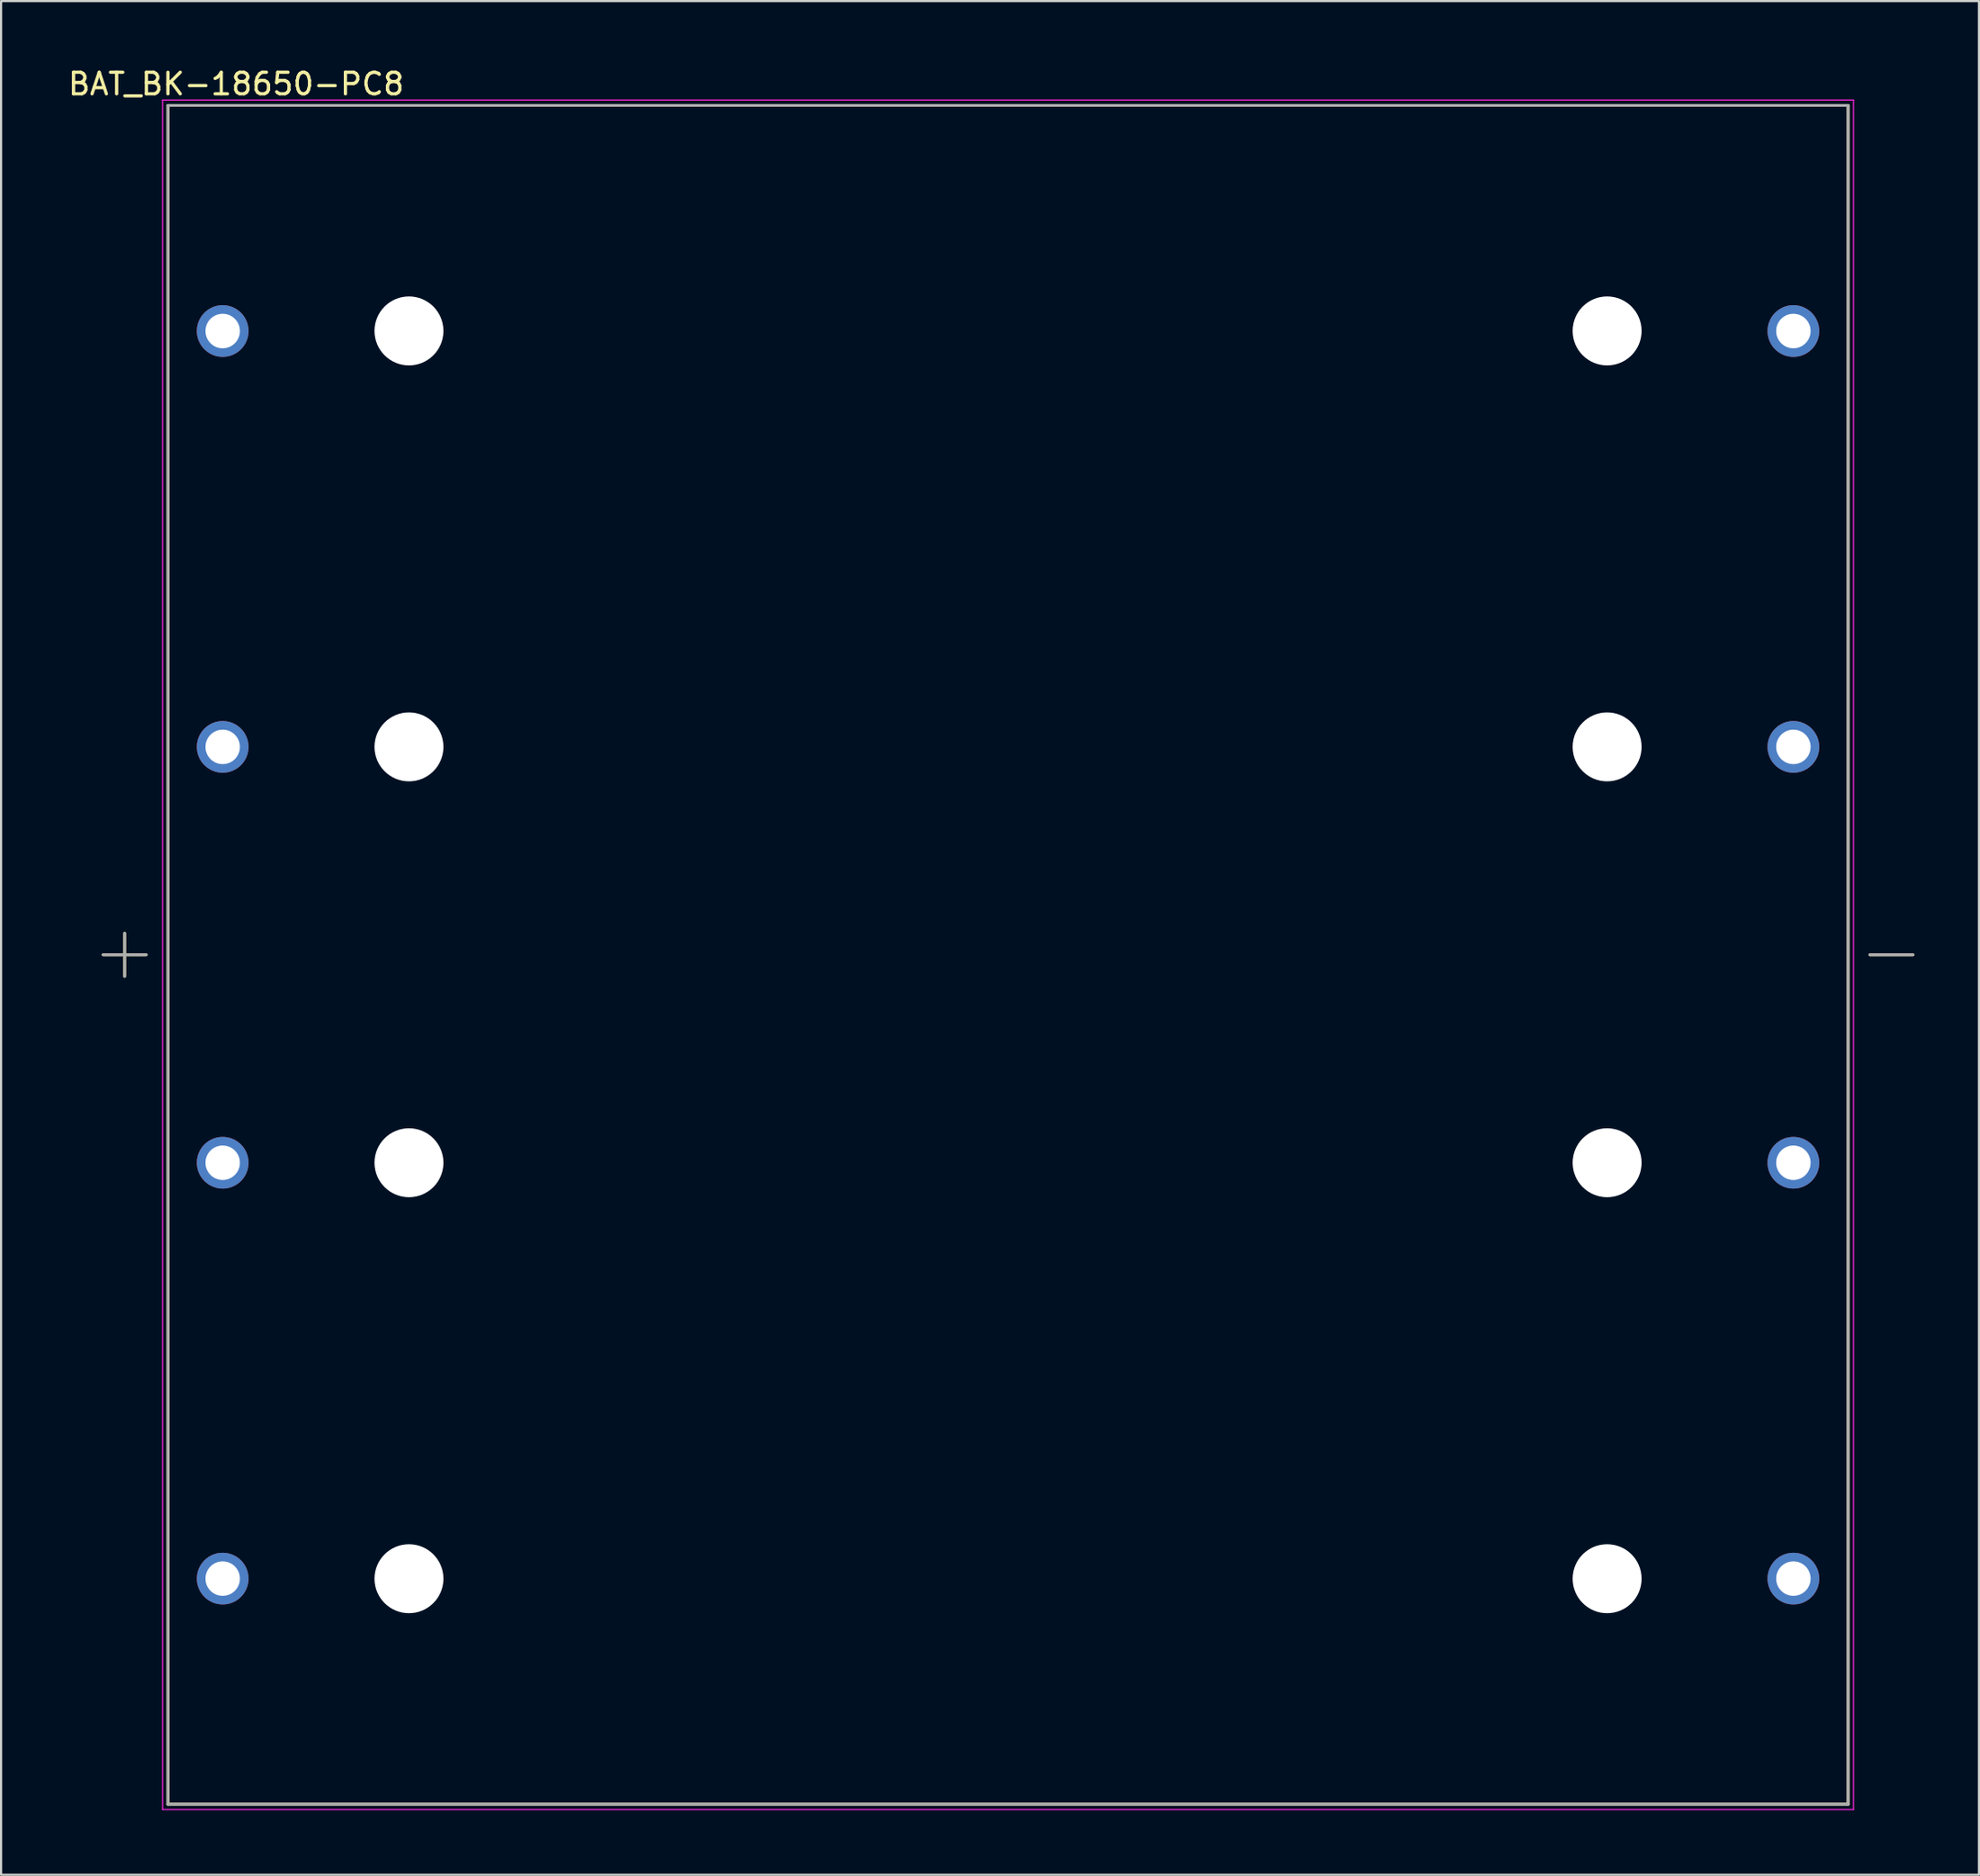
<source format=kicad_pcb>
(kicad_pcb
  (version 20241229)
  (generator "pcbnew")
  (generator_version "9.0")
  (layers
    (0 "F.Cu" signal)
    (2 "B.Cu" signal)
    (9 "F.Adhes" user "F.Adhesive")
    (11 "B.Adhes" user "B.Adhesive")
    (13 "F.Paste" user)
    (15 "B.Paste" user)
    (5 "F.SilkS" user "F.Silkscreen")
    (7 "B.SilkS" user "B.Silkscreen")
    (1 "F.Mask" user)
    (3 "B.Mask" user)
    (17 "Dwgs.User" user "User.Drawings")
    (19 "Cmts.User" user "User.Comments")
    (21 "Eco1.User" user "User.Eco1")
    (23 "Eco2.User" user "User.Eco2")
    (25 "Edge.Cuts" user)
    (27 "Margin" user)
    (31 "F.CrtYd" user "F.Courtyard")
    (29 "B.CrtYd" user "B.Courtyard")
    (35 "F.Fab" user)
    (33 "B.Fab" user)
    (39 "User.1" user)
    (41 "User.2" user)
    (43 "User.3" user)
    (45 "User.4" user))
  (footprint "BAT_BK-18650-PC8"
    (layer "F.Cu")
    (at 43.736 41.263)
    (property "Reference" "BAT_BK-18650-PC8" (at -35.825 -40.415 0) (layer "F.SilkS") (effects (font (size 1 1) (thickness 0.15))))
    (attr through_hole)
    (fp_line (start -42 0) (end -40 0) (stroke (width 0.127) (type solid)) (layer "F.SilkS"))
    (fp_line (start -41 -1) (end -41 1) (stroke (width 0.127) (type solid)) (layer "F.SilkS"))
    (fp_line (start -38.99 -39.42) (end 38.99 -39.42) (stroke (width 0.127) (type solid)) (layer "F.SilkS"))
    (fp_line (start -38.99 39.42) (end -38.99 -39.42) (stroke (width 0.127) (type solid)) (layer "F.SilkS"))
    (fp_line (start 38.99 -39.42) (end 38.99 39.42) (stroke (width 0.127) (type solid)) (layer "F.SilkS"))
    (fp_line (start 38.99 39.42) (end -38.99 39.42) (stroke (width 0.127) (type solid)) (layer "F.SilkS"))
    (fp_line (start 40 0) (end 42 0) (stroke (width 0.127) (type solid)) (layer "F.SilkS"))
    (fp_line (start -39.24 -39.67) (end 39.24 -39.67) (stroke (width 0.05) (type solid)) (layer "F.CrtYd"))
    (fp_line (start -39.24 39.67) (end -39.24 -39.67) (stroke (width 0.05) (type solid)) (layer "F.CrtYd"))
    (fp_line (start 39.24 -39.67) (end 39.24 39.67) (stroke (width 0.05) (type solid)) (layer "F.CrtYd"))
    (fp_line (start 39.24 39.67) (end -39.24 39.67) (stroke (width 0.05) (type solid)) (layer "F.CrtYd"))
    (fp_line (start -42 0) (end -40 0) (stroke (width 0.127) (type solid)) (layer "F.Fab"))
    (fp_line (start -41 -1) (end -41 1) (stroke (width 0.127) (type solid)) (layer "F.Fab"))
    (fp_line (start -38.99 -39.42) (end 38.99 -39.42) (stroke (width 0.127) (type solid)) (layer "F.Fab"))
    (fp_line (start -38.99 39.42) (end -38.99 -39.42) (stroke (width 0.127) (type solid)) (layer "F.Fab"))
    (fp_line (start 38.99 -39.42) (end 38.99 39.42) (stroke (width 0.127) (type solid)) (layer "F.Fab"))
    (fp_line (start 38.99 39.42) (end -38.99 39.42) (stroke (width 0.127) (type solid)) (layer "F.Fab"))
    (fp_line (start 40 0) (end 42 0) (stroke (width 0.127) (type solid)) (layer "F.Fab"))
    (pad "" np_thru_hole circle (at -27.805 -28.955) (size 3.2 3.2) (drill 3.2) (layers "*.Cu" "*.Mask"))
    (pad "" np_thru_hole circle (at -27.805 -9.65) (size 3.2 3.2) (drill 3.2) (layers "*.Cu" "*.Mask"))
    (pad "" np_thru_hole circle (at -27.805 9.65) (size 3.2 3.2) (drill 3.2) (layers "*.Cu" "*.Mask"))
    (pad "" np_thru_hole circle (at -27.805 28.955) (size 3.2 3.2) (drill 3.2) (layers "*.Cu" "*.Mask"))
    (pad "" np_thru_hole circle (at 27.805 -28.955) (size 3.2 3.2) (drill 3.2) (layers "*.Cu" "*.Mask"))
    (pad "" np_thru_hole circle (at 27.805 -9.65) (size 3.2 3.2) (drill 3.2) (layers "*.Cu" "*.Mask"))
    (pad "" np_thru_hole circle (at 27.805 9.65) (size 3.2 3.2) (drill 3.2) (layers "*.Cu" "*.Mask"))
    (pad "" np_thru_hole circle (at 27.805 28.955) (size 3.2 3.2) (drill 3.2) (layers "*.Cu" "*.Mask"))
    (pad "1+" thru_hole circle (at -36.45 -28.95) (size 2.4 2.4) (drill 1.6) (layers "*.Cu" "*.Mask"))
    (pad "1-" thru_hole circle (at 36.45 -28.95) (size 2.4 2.4) (drill 1.6) (layers "*.Cu" "*.Mask"))
    (pad "2+" thru_hole circle (at -36.45 -9.65) (size 2.4 2.4) (drill 1.6) (layers "*.Cu" "*.Mask"))
    (pad "2-" thru_hole circle (at 36.45 -9.65) (size 2.4 2.4) (drill 1.6) (layers "*.Cu" "*.Mask"))
    (pad "3+" thru_hole circle (at -36.45 9.65) (size 2.4 2.4) (drill 1.6) (layers "*.Cu" "*.Mask"))
    (pad "3-" thru_hole circle (at 36.45 9.65) (size 2.4 2.4) (drill 1.6) (layers "*.Cu" "*.Mask"))
    (pad "4+" thru_hole circle (at -36.45 28.95) (size 2.4 2.4) (drill 1.6) (layers "*.Cu" "*.Mask"))
    (pad "4-" thru_hole circle (at 36.45 28.95) (size 2.4 2.4) (drill 1.6) (layers "*.Cu" "*.Mask")))
  (gr_rect
    (start -3 -3)
    (end 88.799 83.958)
    (stroke (width 0.1) (type default))
    (fill no)
    (layer "Edge.Cuts")))
</source>
